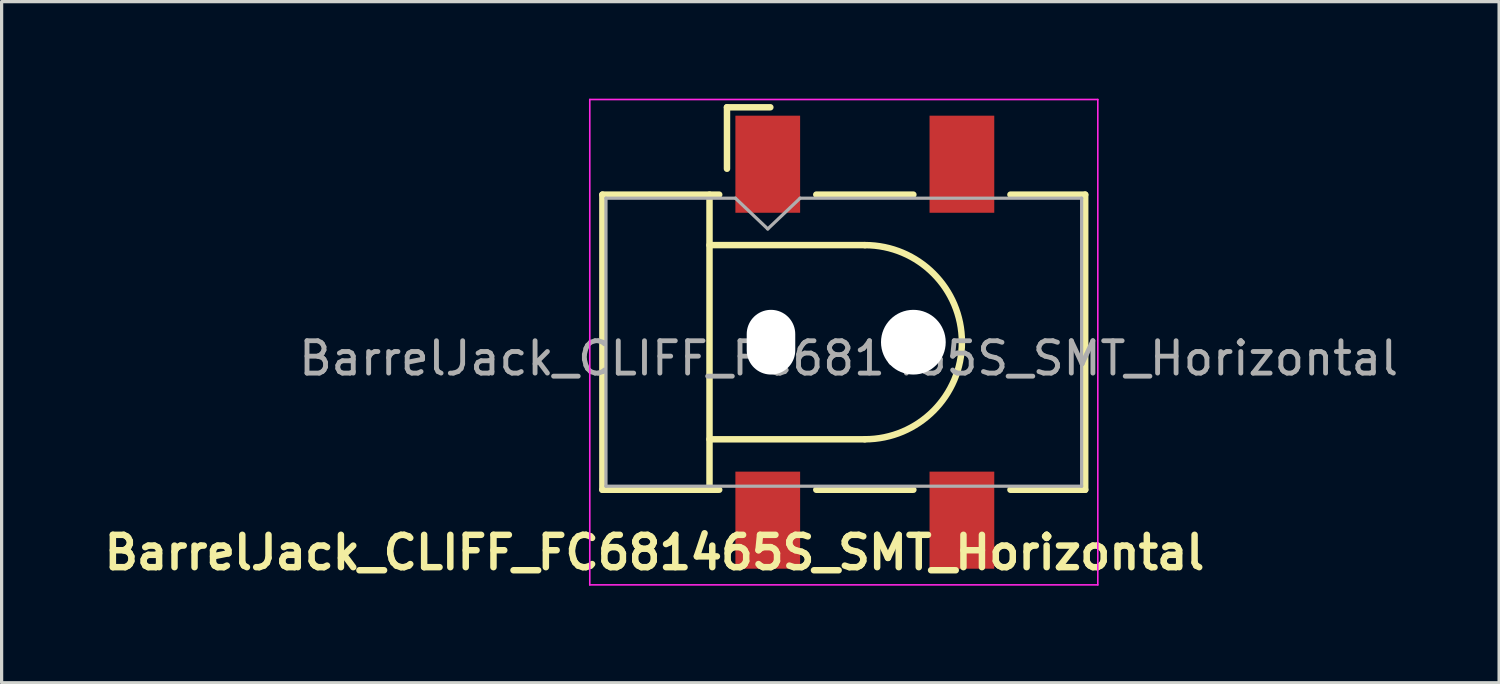
<source format=kicad_pcb>
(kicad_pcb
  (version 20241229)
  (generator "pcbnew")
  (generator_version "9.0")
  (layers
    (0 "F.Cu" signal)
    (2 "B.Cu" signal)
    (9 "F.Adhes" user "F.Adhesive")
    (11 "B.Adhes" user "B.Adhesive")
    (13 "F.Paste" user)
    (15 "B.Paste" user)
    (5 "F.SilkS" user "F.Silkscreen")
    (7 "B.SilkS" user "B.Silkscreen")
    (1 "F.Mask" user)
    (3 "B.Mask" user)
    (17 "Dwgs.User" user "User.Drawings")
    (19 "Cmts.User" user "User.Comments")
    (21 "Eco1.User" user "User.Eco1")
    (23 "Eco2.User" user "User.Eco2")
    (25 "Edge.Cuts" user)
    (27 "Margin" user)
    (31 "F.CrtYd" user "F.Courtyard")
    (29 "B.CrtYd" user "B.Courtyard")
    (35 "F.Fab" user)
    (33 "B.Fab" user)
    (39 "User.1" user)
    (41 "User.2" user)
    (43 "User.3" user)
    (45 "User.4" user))
  (footprint "BarrelJack_CLIFF_FC681465S_SMT_Horizontal"
    (layer "F.Cu")
    (at 23.676 7.525)
    (property "Reference" "BarrelJack_CLIFF_FC681465S_SMT_Horizontal" (at -6.5 6.5 180) (layer "F.SilkS") (effects (font (size 1 1) (thickness 0.2))))
    (attr smd)
    (fp_line (start -8.11 -4.56) (end -4.5 -4.56) (stroke (width 0.2) (type solid)) (layer "F.SilkS"))
    (fp_line (start -8.11 4.56) (end -8.11 -4.56) (stroke (width 0.2) (type solid)) (layer "F.SilkS"))
    (fp_line (start -8.11 4.56) (end -4.5 4.56) (stroke (width 0.2) (type solid)) (layer "F.SilkS"))
    (fp_line (start -4.8 -3) (end 0 -3) (stroke (width 0.2) (type solid)) (layer "F.SilkS"))
    (fp_line (start -4.8 3) (end 0 3) (stroke (width 0.2) (type solid)) (layer "F.SilkS"))
    (fp_line (start -4.8 4.56) (end -4.8 -4.56) (stroke (width 0.2) (type solid)) (layer "F.SilkS"))
    (fp_line (start -4.26 -7.26) (end -4.26 -5.36) (stroke (width 0.2) (type solid)) (layer "F.SilkS"))
    (fp_line (start -2.92 -7.26) (end -4.26 -7.26) (stroke (width 0.2) (type solid)) (layer "F.SilkS"))
    (fp_line (start -1.5 -4.56) (end 1.5 -4.56) (stroke (width 0.2) (type solid)) (layer "F.SilkS"))
    (fp_line (start -1.5 4.56) (end 1.5 4.56) (stroke (width 0.2) (type solid)) (layer "F.SilkS"))
    (fp_line (start 4.5 -4.56) (end 6.81 -4.56) (stroke (width 0.2) (type solid)) (layer "F.SilkS"))
    (fp_line (start 4.5 4.56) (end 6.81 4.56) (stroke (width 0.2) (type solid)) (layer "F.SilkS"))
    (fp_line (start 6.81 4.56) (end 6.81 -4.56) (stroke (width 0.2) (type solid)) (layer "F.SilkS"))
    (fp_arc (start 0 -3) (mid 3 0) (end 0 3) (stroke (width 0.2) (type solid)) (layer "F.SilkS"))
    (fp_line (start -8.5 -7.5) (end 7.2 -7.5) (stroke (width 0.05) (type solid)) (layer "F.CrtYd"))
    (fp_line (start -8.5 7.5) (end -8.5 -7.5) (stroke (width 0.05) (type solid)) (layer "F.CrtYd"))
    (fp_line (start -8.5 7.5) (end 7.2 7.5) (stroke (width 0.05) (type solid)) (layer "F.CrtYd"))
    (fp_line (start 7.2 7.5) (end 7.2 -7.5) (stroke (width 0.05) (type solid)) (layer "F.CrtYd"))
    (fp_line (start -8 -4.45) (end -4 -4.45) (stroke (width 0.1) (type solid)) (layer "F.Fab"))
    (fp_line (start -8 4.45) (end -8 -4.45) (stroke (width 0.1) (type solid)) (layer "F.Fab"))
    (fp_line (start -8 4.45) (end 6.7 4.45) (stroke (width 0.1) (type solid)) (layer "F.Fab"))
    (fp_line (start -4 -4.45) (end -3 -3.5) (stroke (width 0.1) (type solid)) (layer "F.Fab"))
    (fp_line (start -3 -3.5) (end -2 -4.45) (stroke (width 0.1) (type solid)) (layer "F.Fab"))
    (fp_line (start -2 -4.45) (end 6.7 -4.45) (stroke (width 0.1) (type solid)) (layer "F.Fab"))
    (fp_line (start 6.7 4.45) (end 6.7 -4.45) (stroke (width 0.1) (type solid)) (layer "F.Fab"))
    (fp_text user "${REFERENCE}" (at -0.5 0.5 180) (layer "F.Fab") (effects (font (size 1 1) (thickness 0.15))))
    (pad "" np_thru_hole oval (at -2.9 0 90) (size 2 1.5) (drill oval 2 1.5) (layers "*.Cu" "*.Mask"))
    (pad "" np_thru_hole circle (at 1.5 0 90) (size 2 2) (drill 2) (layers "*.Cu" "*.Mask"))
    (pad "1" smd rect (at -3 -5.5 90) (size 3 2) (layers "F.Cu" "F.Mask" "F.Paste"))
    (pad "1" smd rect (at 3 -5.5 90) (size 3 2) (layers "F.Cu" "F.Mask" "F.Paste"))
    (pad "2" smd rect (at 3 5.5 90) (size 3 2) (layers "F.Cu" "F.Mask" "F.Paste"))
    (pad "3" smd rect (at -3 5.5 90) (size 3 2) (layers "F.Cu" "F.Mask" "F.Paste")))
  (gr_rect
    (start -3 -3)
    (end 43.277 18.05)
    (stroke (width 0.1) (type default))
    (fill no)
    (layer "Edge.Cuts")))
</source>
